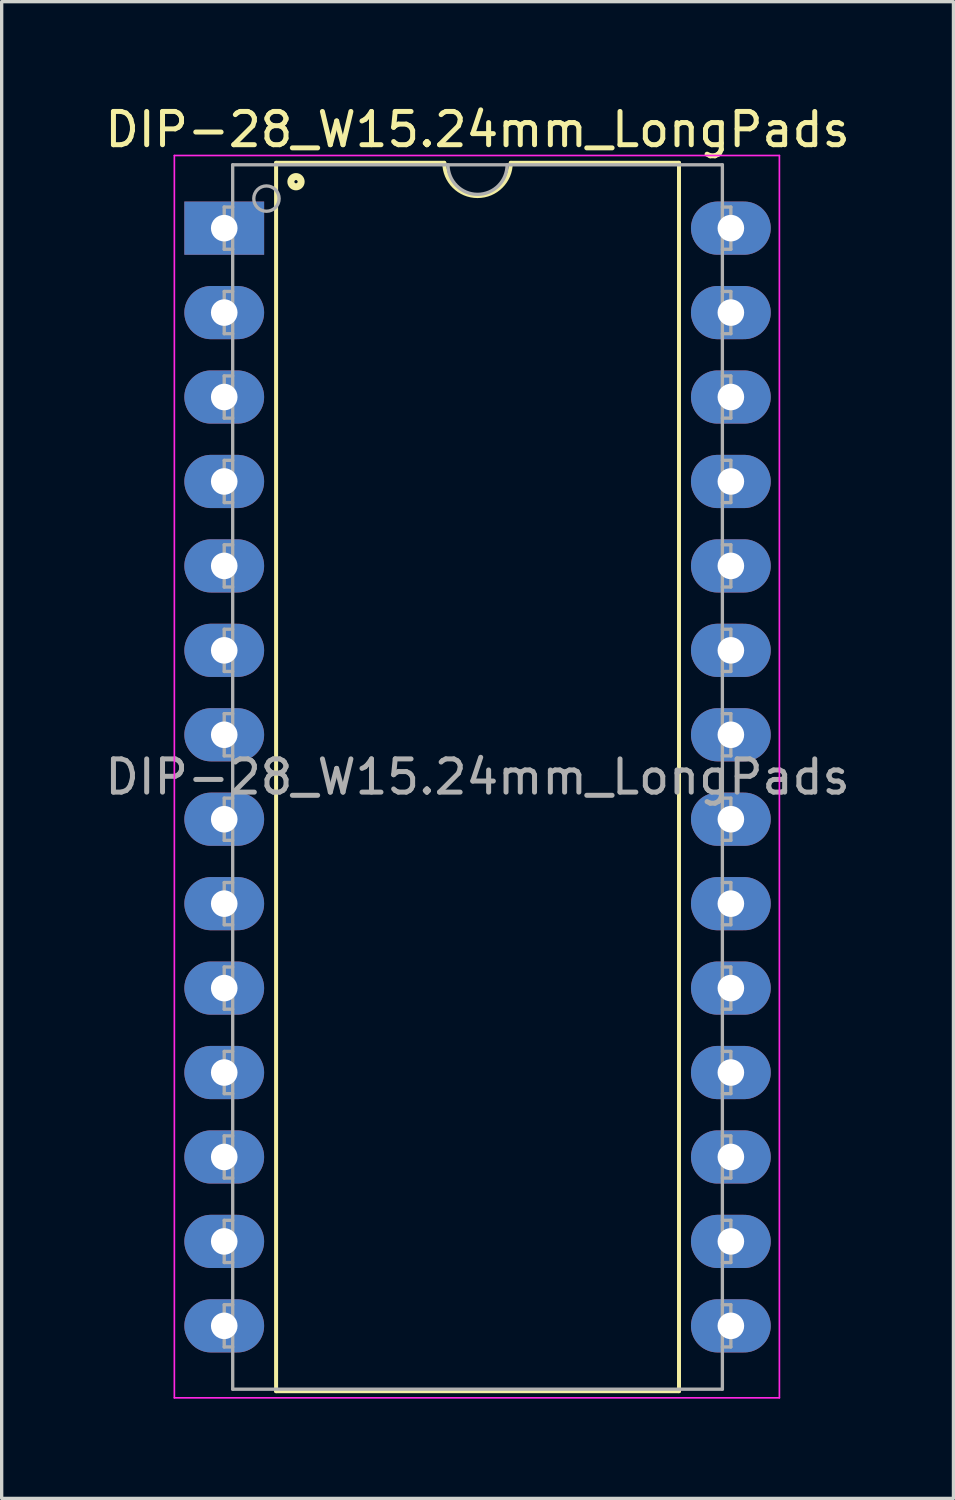
<source format=kicad_pcb>
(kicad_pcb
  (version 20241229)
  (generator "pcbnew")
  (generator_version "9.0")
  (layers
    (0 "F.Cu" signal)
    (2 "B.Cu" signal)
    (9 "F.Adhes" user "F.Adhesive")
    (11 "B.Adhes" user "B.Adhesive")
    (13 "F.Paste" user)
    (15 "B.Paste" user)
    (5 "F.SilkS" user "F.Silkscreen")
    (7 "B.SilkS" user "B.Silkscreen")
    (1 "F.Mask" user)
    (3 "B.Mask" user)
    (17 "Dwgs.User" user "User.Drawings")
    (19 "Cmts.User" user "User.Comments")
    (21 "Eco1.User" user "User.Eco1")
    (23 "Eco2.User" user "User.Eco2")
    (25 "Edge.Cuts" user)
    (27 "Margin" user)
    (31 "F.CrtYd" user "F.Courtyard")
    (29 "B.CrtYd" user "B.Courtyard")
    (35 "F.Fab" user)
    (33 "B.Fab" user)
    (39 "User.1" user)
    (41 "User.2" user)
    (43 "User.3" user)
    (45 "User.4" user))
  (footprint "DIP-28_W15.24mm_LongPads"
    (layer "F.Cu")
    (at 3.695 3.813)
    (property "Reference" "DIP-28_W15.24mm_LongPads" (at 7.62 -2.965 0) (layer "F.SilkS") (effects (font (size 1 1) (thickness 0.15))))
    (attr through_hole)
    (fp_line (start 1.56 -1.965) (end 1.56 34.985) (stroke (width 0.12) (type solid)) (layer "F.SilkS"))
    (fp_line (start 1.56 34.985) (end 13.68 34.985) (stroke (width 0.12) (type solid)) (layer "F.SilkS"))
    (fp_line (start 6.62 -1.965) (end 1.56 -1.965) (stroke (width 0.12) (type solid)) (layer "F.SilkS"))
    (fp_line (start 13.68 -1.965) (end 8.62 -1.965) (stroke (width 0.12) (type solid)) (layer "F.SilkS"))
    (fp_line (start 13.68 34.985) (end 13.68 -1.965) (stroke (width 0.12) (type solid)) (layer "F.SilkS"))
    (fp_arc (start 8.62 -1.965) (mid 7.62 -0.965) (end 6.62 -1.965) (stroke (width 0.12) (type solid)) (layer "F.SilkS"))
    (fp_circle (center 2.159 -1.397) (end 2.209 -1.397) (stroke (width 0.12) (type solid)) (fill no) (layer "F.SilkS"))
    (fp_circle (center 2.159 -1.397) (end 2.284 -1.397) (stroke (width 0.12) (type solid)) (fill no) (layer "F.SilkS"))
    (fp_circle (center 2.159 -1.397) (end 2.359 -1.397) (stroke (width 0.12) (type solid)) (fill no) (layer "F.SilkS"))
    (fp_line (start -1.5 -2.185) (end -1.5 35.185) (stroke (width 0.05) (type solid)) (layer "F.CrtYd"))
    (fp_line (start -1.5 35.185) (end 16.7 35.185) (stroke (width 0.05) (type solid)) (layer "F.CrtYd"))
    (fp_line (start 16.7 -2.185) (end -1.5 -2.185) (stroke (width 0.05) (type solid)) (layer "F.CrtYd"))
    (fp_line (start 16.7 35.185) (end 16.7 -2.185) (stroke (width 0.05) (type solid)) (layer "F.CrtYd"))
    (fp_line (start 0 -0.635) (end 0 0.635) (stroke (width 0.1) (type solid)) (layer "F.Fab"))
    (fp_line (start 0 -0.635) (end 0.254 -0.635) (stroke (width 0.1) (type solid)) (layer "F.Fab"))
    (fp_line (start 0 0.635) (end 0.254 0.635) (stroke (width 0.1) (type solid)) (layer "F.Fab"))
    (fp_line (start 0 1.905) (end 0 3.175) (stroke (width 0.1) (type solid)) (layer "F.Fab"))
    (fp_line (start 0 1.905) (end 0.254 1.905) (stroke (width 0.1) (type solid)) (layer "F.Fab"))
    (fp_line (start 0 3.175) (end 0.254 3.175) (stroke (width 0.1) (type solid)) (layer "F.Fab"))
    (fp_line (start 0 4.445) (end 0 5.715) (stroke (width 0.1) (type solid)) (layer "F.Fab"))
    (fp_line (start 0 4.445) (end 0.254 4.445) (stroke (width 0.1) (type solid)) (layer "F.Fab"))
    (fp_line (start 0 5.715) (end 0.254 5.715) (stroke (width 0.1) (type solid)) (layer "F.Fab"))
    (fp_line (start 0 6.985) (end 0 8.255) (stroke (width 0.1) (type solid)) (layer "F.Fab"))
    (fp_line (start 0 6.985) (end 0.254 6.985) (stroke (width 0.1) (type solid)) (layer "F.Fab"))
    (fp_line (start 0 8.255) (end 0.254 8.255) (stroke (width 0.1) (type solid)) (layer "F.Fab"))
    (fp_line (start 0 9.525) (end 0 10.795) (stroke (width 0.1) (type solid)) (layer "F.Fab"))
    (fp_line (start 0 9.525) (end 0.254 9.525) (stroke (width 0.1) (type solid)) (layer "F.Fab"))
    (fp_line (start 0 10.795) (end 0.254 10.795) (stroke (width 0.1) (type solid)) (layer "F.Fab"))
    (fp_line (start 0 12.065) (end 0 13.335) (stroke (width 0.1) (type solid)) (layer "F.Fab"))
    (fp_line (start 0 12.065) (end 0.254 12.065) (stroke (width 0.1) (type solid)) (layer "F.Fab"))
    (fp_line (start 0 13.335) (end 0.254 13.335) (stroke (width 0.1) (type solid)) (layer "F.Fab"))
    (fp_line (start 0 14.605) (end 0 15.875) (stroke (width 0.1) (type solid)) (layer "F.Fab"))
    (fp_line (start 0 14.605) (end 0.254 14.605) (stroke (width 0.1) (type solid)) (layer "F.Fab"))
    (fp_line (start 0 15.875) (end 0.254 15.875) (stroke (width 0.1) (type solid)) (layer "F.Fab"))
    (fp_line (start 0 17.145) (end 0 18.415) (stroke (width 0.1) (type solid)) (layer "F.Fab"))
    (fp_line (start 0 17.145) (end 0.254 17.145) (stroke (width 0.1) (type solid)) (layer "F.Fab"))
    (fp_line (start 0 18.415) (end 0.254 18.415) (stroke (width 0.1) (type solid)) (layer "F.Fab"))
    (fp_line (start 0 19.685) (end 0 20.955) (stroke (width 0.1) (type solid)) (layer "F.Fab"))
    (fp_line (start 0 19.685) (end 0.254 19.685) (stroke (width 0.1) (type solid)) (layer "F.Fab"))
    (fp_line (start 0 20.955) (end 0.254 20.955) (stroke (width 0.1) (type solid)) (layer "F.Fab"))
    (fp_line (start 0 22.225) (end 0 23.495) (stroke (width 0.1) (type solid)) (layer "F.Fab"))
    (fp_line (start 0 22.225) (end 0.254 22.225) (stroke (width 0.1) (type solid)) (layer "F.Fab"))
    (fp_line (start 0 23.495) (end 0.254 23.495) (stroke (width 0.1) (type solid)) (layer "F.Fab"))
    (fp_line (start 0 24.765) (end 0 26.035) (stroke (width 0.1) (type solid)) (layer "F.Fab"))
    (fp_line (start 0 24.765) (end 0.254 24.765) (stroke (width 0.1) (type solid)) (layer "F.Fab"))
    (fp_line (start 0 26.035) (end 0.254 26.035) (stroke (width 0.1) (type solid)) (layer "F.Fab"))
    (fp_line (start 0 27.305) (end 0 28.575) (stroke (width 0.1) (type solid)) (layer "F.Fab"))
    (fp_line (start 0 27.305) (end 0.254 27.305) (stroke (width 0.1) (type solid)) (layer "F.Fab"))
    (fp_line (start 0 28.575) (end 0.254 28.575) (stroke (width 0.1) (type solid)) (layer "F.Fab"))
    (fp_line (start 0 29.845) (end 0 31.115) (stroke (width 0.1) (type solid)) (layer "F.Fab"))
    (fp_line (start 0 29.845) (end 0.254 29.845) (stroke (width 0.1) (type solid)) (layer "F.Fab"))
    (fp_line (start 0 31.115) (end 0.254 31.115) (stroke (width 0.1) (type solid)) (layer "F.Fab"))
    (fp_line (start 0 32.385) (end 0 33.655) (stroke (width 0.1) (type solid)) (layer "F.Fab"))
    (fp_line (start 0 32.385) (end 0.254 32.385) (stroke (width 0.1) (type solid)) (layer "F.Fab"))
    (fp_line (start 0 33.655) (end 0.254 33.655) (stroke (width 0.1) (type solid)) (layer "F.Fab"))
    (fp_line (start 0.254 -1.905) (end 14.985 -1.905) (stroke (width 0.1) (type solid)) (layer "F.Fab"))
    (fp_line (start 0.255 34.925) (end 0.254 -1.905) (stroke (width 0.1) (type solid)) (layer "F.Fab"))
    (fp_line (start 14.985 -1.905) (end 14.985 34.925) (stroke (width 0.1) (type solid)) (layer "F.Fab"))
    (fp_line (start 14.985 34.925) (end 0.255 34.925) (stroke (width 0.1) (type solid)) (layer "F.Fab"))
    (fp_line (start 15.24 -0.635) (end 14.986 -0.635) (stroke (width 0.1) (type solid)) (layer "F.Fab"))
    (fp_line (start 15.24 0.635) (end 14.986 0.635) (stroke (width 0.1) (type solid)) (layer "F.Fab"))
    (fp_line (start 15.24 0.635) (end 15.24 -0.635) (stroke (width 0.1) (type solid)) (layer "F.Fab"))
    (fp_line (start 15.24 1.905) (end 14.986 1.905) (stroke (width 0.1) (type solid)) (layer "F.Fab"))
    (fp_line (start 15.24 3.175) (end 14.986 3.175) (stroke (width 0.1) (type solid)) (layer "F.Fab"))
    (fp_line (start 15.24 3.175) (end 15.24 1.905) (stroke (width 0.1) (type solid)) (layer "F.Fab"))
    (fp_line (start 15.24 4.445) (end 14.986 4.445) (stroke (width 0.1) (type solid)) (layer "F.Fab"))
    (fp_line (start 15.24 5.715) (end 14.986 5.715) (stroke (width 0.1) (type solid)) (layer "F.Fab"))
    (fp_line (start 15.24 5.715) (end 15.24 4.445) (stroke (width 0.1) (type solid)) (layer "F.Fab"))
    (fp_line (start 15.24 6.985) (end 14.986 6.985) (stroke (width 0.1) (type solid)) (layer "F.Fab"))
    (fp_line (start 15.24 8.255) (end 14.986 8.255) (stroke (width 0.1) (type solid)) (layer "F.Fab"))
    (fp_line (start 15.24 8.255) (end 15.24 6.985) (stroke (width 0.1) (type solid)) (layer "F.Fab"))
    (fp_line (start 15.24 9.525) (end 14.986 9.525) (stroke (width 0.1) (type solid)) (layer "F.Fab"))
    (fp_line (start 15.24 10.795) (end 14.986 10.795) (stroke (width 0.1) (type solid)) (layer "F.Fab"))
    (fp_line (start 15.24 10.795) (end 15.24 9.525) (stroke (width 0.1) (type solid)) (layer "F.Fab"))
    (fp_line (start 15.24 12.065) (end 14.986 12.065) (stroke (width 0.1) (type solid)) (layer "F.Fab"))
    (fp_line (start 15.24 13.335) (end 14.986 13.335) (stroke (width 0.1) (type solid)) (layer "F.Fab"))
    (fp_line (start 15.24 13.335) (end 15.24 12.065) (stroke (width 0.1) (type solid)) (layer "F.Fab"))
    (fp_line (start 15.24 14.605) (end 14.986 14.605) (stroke (width 0.1) (type solid)) (layer "F.Fab"))
    (fp_line (start 15.24 15.875) (end 14.986 15.875) (stroke (width 0.1) (type solid)) (layer "F.Fab"))
    (fp_line (start 15.24 15.875) (end 15.24 14.605) (stroke (width 0.1) (type solid)) (layer "F.Fab"))
    (fp_line (start 15.24 17.145) (end 14.986 17.145) (stroke (width 0.1) (type solid)) (layer "F.Fab"))
    (fp_line (start 15.24 18.415) (end 14.986 18.415) (stroke (width 0.1) (type solid)) (layer "F.Fab"))
    (fp_line (start 15.24 18.415) (end 15.24 17.145) (stroke (width 0.1) (type solid)) (layer "F.Fab"))
    (fp_line (start 15.24 19.685) (end 14.986 19.685) (stroke (width 0.1) (type solid)) (layer "F.Fab"))
    (fp_line (start 15.24 20.955) (end 14.986 20.955) (stroke (width 0.1) (type solid)) (layer "F.Fab"))
    (fp_line (start 15.24 20.955) (end 15.24 19.685) (stroke (width 0.1) (type solid)) (layer "F.Fab"))
    (fp_line (start 15.24 22.225) (end 14.986 22.225) (stroke (width 0.1) (type solid)) (layer "F.Fab"))
    (fp_line (start 15.24 23.495) (end 14.986 23.495) (stroke (width 0.1) (type solid)) (layer "F.Fab"))
    (fp_line (start 15.24 23.495) (end 15.24 22.225) (stroke (width 0.1) (type solid)) (layer "F.Fab"))
    (fp_line (start 15.24 24.765) (end 14.986 24.765) (stroke (width 0.1) (type solid)) (layer "F.Fab"))
    (fp_line (start 15.24 26.035) (end 14.986 26.035) (stroke (width 0.1) (type solid)) (layer "F.Fab"))
    (fp_line (start 15.24 26.035) (end 15.24 24.765) (stroke (width 0.1) (type solid)) (layer "F.Fab"))
    (fp_line (start 15.24 27.305) (end 14.986 27.305) (stroke (width 0.1) (type solid)) (layer "F.Fab"))
    (fp_line (start 15.24 28.575) (end 14.986 28.575) (stroke (width 0.1) (type solid)) (layer "F.Fab"))
    (fp_line (start 15.24 28.575) (end 15.24 27.305) (stroke (width 0.1) (type solid)) (layer "F.Fab"))
    (fp_line (start 15.24 29.845) (end 14.986 29.845) (stroke (width 0.1) (type solid)) (layer "F.Fab"))
    (fp_line (start 15.24 31.115) (end 14.986 31.115) (stroke (width 0.1) (type solid)) (layer "F.Fab"))
    (fp_line (start 15.24 31.115) (end 15.24 29.845) (stroke (width 0.1) (type solid)) (layer "F.Fab"))
    (fp_line (start 15.24 32.385) (end 14.986 32.385) (stroke (width 0.1) (type solid)) (layer "F.Fab"))
    (fp_line (start 15.24 33.655) (end 14.986 33.655) (stroke (width 0.1) (type solid)) (layer "F.Fab"))
    (fp_line (start 15.24 33.655) (end 15.24 32.385) (stroke (width 0.1) (type solid)) (layer "F.Fab"))
    (fp_arc (start 8.509 -1.905) (mid 7.62 -1.016) (end 6.731 -1.905) (stroke (width 0.1) (type solid)) (layer "F.Fab"))
    (fp_circle (center 1.27 -0.889) (end 1.651 -0.889) (stroke (width 0.1) (type solid)) (fill no) (layer "F.Fab"))
    (fp_text user "${REFERENCE}" (at 7.62 16.51 0) (layer "F.Fab") (effects (font (size 1 1) (thickness 0.15))))
    (pad "1" thru_hole rect (at 0 0) (size 2.4 1.6) (drill 0.8) (layers "*.Cu" "*.Mask"))
    (pad "2" thru_hole oval (at 0 2.54) (size 2.4 1.6) (drill 0.8) (layers "*.Cu" "*.Mask"))
    (pad "3" thru_hole oval (at 0 5.08) (size 2.4 1.6) (drill 0.8) (layers "*.Cu" "*.Mask"))
    (pad "4" thru_hole oval (at 0 7.62) (size 2.4 1.6) (drill 0.8) (layers "*.Cu" "*.Mask"))
    (pad "5" thru_hole oval (at 0 10.16) (size 2.4 1.6) (drill 0.8) (layers "*.Cu" "*.Mask"))
    (pad "6" thru_hole oval (at 0 12.7) (size 2.4 1.6) (drill 0.8) (layers "*.Cu" "*.Mask"))
    (pad "7" thru_hole oval (at 0 15.24) (size 2.4 1.6) (drill 0.8) (layers "*.Cu" "*.Mask"))
    (pad "8" thru_hole oval (at 0 17.78) (size 2.4 1.6) (drill 0.8) (layers "*.Cu" "*.Mask"))
    (pad "9" thru_hole oval (at 0 20.32) (size 2.4 1.6) (drill 0.8) (layers "*.Cu" "*.Mask"))
    (pad "10" thru_hole oval (at 0 22.86) (size 2.4 1.6) (drill 0.8) (layers "*.Cu" "*.Mask"))
    (pad "11" thru_hole oval (at 0 25.4) (size 2.4 1.6) (drill 0.8) (layers "*.Cu" "*.Mask"))
    (pad "12" thru_hole oval (at 0 27.94) (size 2.4 1.6) (drill 0.8) (layers "*.Cu" "*.Mask"))
    (pad "13" thru_hole oval (at 0 30.48) (size 2.4 1.6) (drill 0.8) (layers "*.Cu" "*.Mask"))
    (pad "14" thru_hole oval (at 0 33.02) (size 2.4 1.6) (drill 0.8) (layers "*.Cu" "*.Mask"))
    (pad "15" thru_hole oval (at 15.24 33.02) (size 2.4 1.6) (drill 0.8) (layers "*.Cu" "*.Mask"))
    (pad "16" thru_hole oval (at 15.24 30.48) (size 2.4 1.6) (drill 0.8) (layers "*.Cu" "*.Mask"))
    (pad "17" thru_hole oval (at 15.24 27.94) (size 2.4 1.6) (drill 0.8) (layers "*.Cu" "*.Mask"))
    (pad "18" thru_hole oval (at 15.24 25.4) (size 2.4 1.6) (drill 0.8) (layers "*.Cu" "*.Mask"))
    (pad "19" thru_hole oval (at 15.24 22.86) (size 2.4 1.6) (drill 0.8) (layers "*.Cu" "*.Mask"))
    (pad "20" thru_hole oval (at 15.24 20.32) (size 2.4 1.6) (drill 0.8) (layers "*.Cu" "*.Mask"))
    (pad "21" thru_hole oval (at 15.24 17.78) (size 2.4 1.6) (drill 0.8) (layers "*.Cu" "*.Mask"))
    (pad "22" thru_hole oval (at 15.24 15.24) (size 2.4 1.6) (drill 0.8) (layers "*.Cu" "*.Mask"))
    (pad "23" thru_hole oval (at 15.24 12.7) (size 2.4 1.6) (drill 0.8) (layers "*.Cu" "*.Mask"))
    (pad "24" thru_hole oval (at 15.24 10.16) (size 2.4 1.6) (drill 0.8) (layers "*.Cu" "*.Mask"))
    (pad "25" thru_hole oval (at 15.24 7.62) (size 2.4 1.6) (drill 0.8) (layers "*.Cu" "*.Mask"))
    (pad "26" thru_hole oval (at 15.24 5.08) (size 2.4 1.6) (drill 0.8) (layers "*.Cu" "*.Mask"))
    (pad "27" thru_hole oval (at 15.24 2.54) (size 2.4 1.6) (drill 0.8) (layers "*.Cu" "*.Mask"))
    (pad "28" thru_hole oval (at 15.24 0) (size 2.4 1.6) (drill 0.8) (layers "*.Cu" "*.Mask")))
  (gr_rect
    (start -3 -3)
    (end 25.631 42.023)
    (stroke (width 0.1) (type default))
    (fill no)
    (layer "Edge.Cuts")))
</source>
